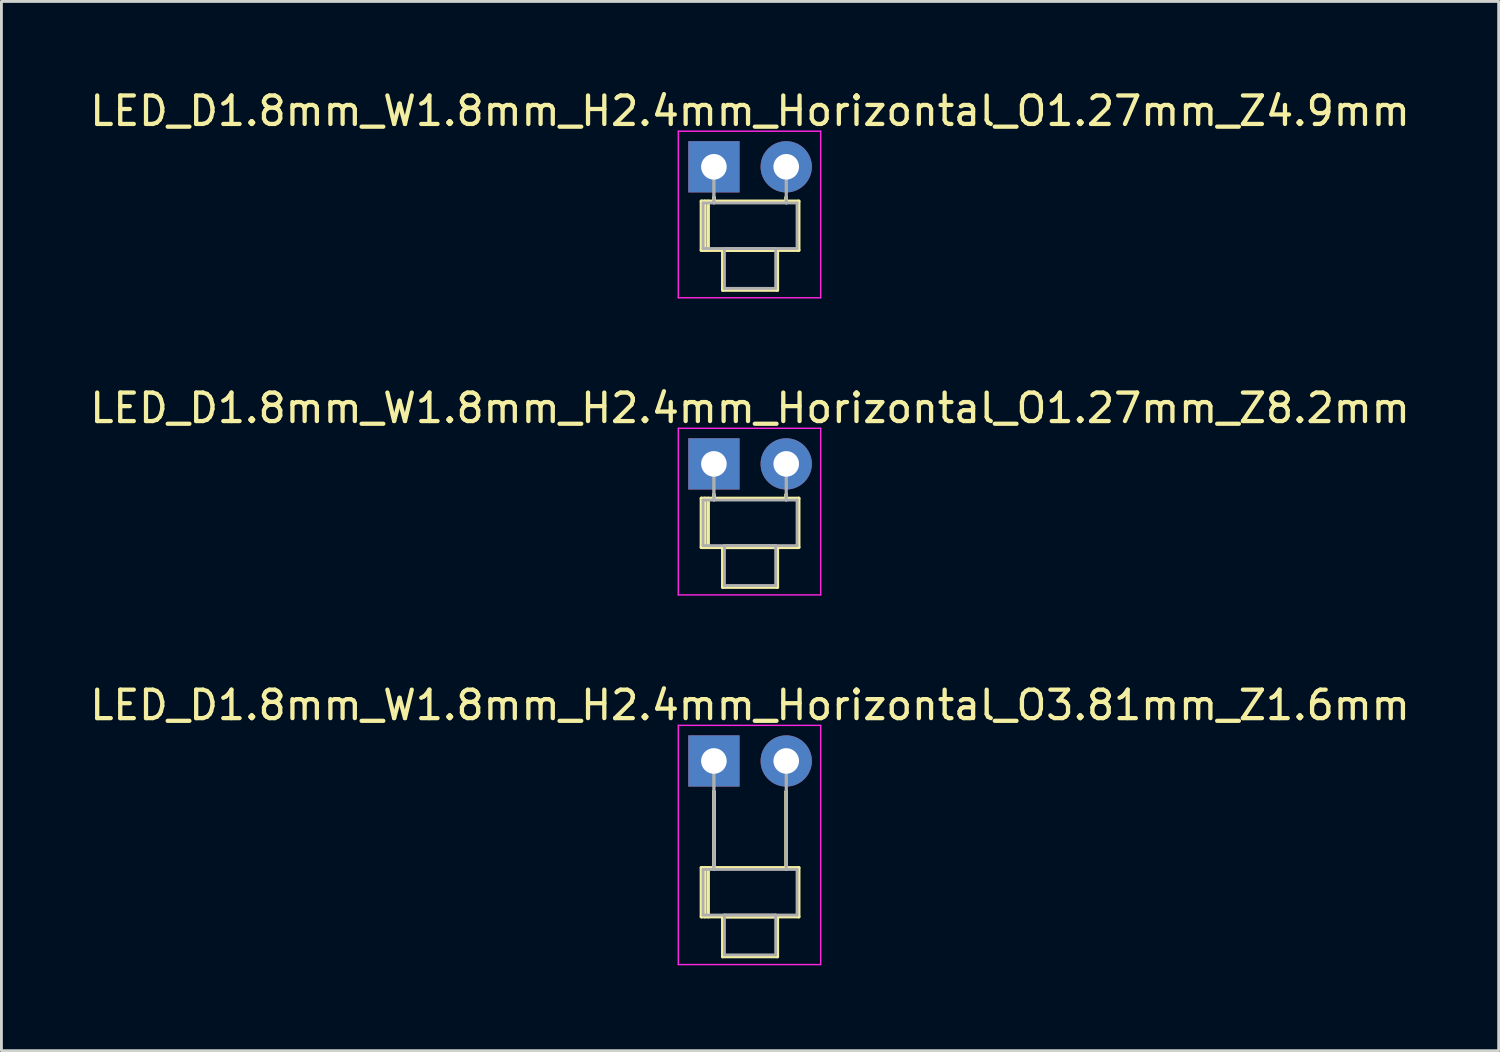
<source format=kicad_pcb>
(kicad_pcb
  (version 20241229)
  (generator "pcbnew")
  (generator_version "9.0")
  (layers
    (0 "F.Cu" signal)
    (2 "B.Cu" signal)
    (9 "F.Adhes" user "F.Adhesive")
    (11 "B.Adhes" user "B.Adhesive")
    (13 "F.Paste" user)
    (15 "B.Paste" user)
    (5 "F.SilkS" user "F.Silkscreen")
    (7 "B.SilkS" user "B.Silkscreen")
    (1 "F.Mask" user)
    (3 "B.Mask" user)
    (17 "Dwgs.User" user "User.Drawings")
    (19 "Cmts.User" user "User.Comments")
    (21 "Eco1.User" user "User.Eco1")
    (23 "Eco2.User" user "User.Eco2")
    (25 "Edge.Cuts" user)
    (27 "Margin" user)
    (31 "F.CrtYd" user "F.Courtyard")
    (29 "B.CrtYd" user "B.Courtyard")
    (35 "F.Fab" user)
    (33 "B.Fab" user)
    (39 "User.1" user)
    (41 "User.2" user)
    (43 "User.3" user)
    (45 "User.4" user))
  (footprint "LED_D1.8mm_W1.8mm_H2.4mm_Horizontal_O3.81mm_Z1.6mm"
    (layer "F.Cu")
    (at 22.022 23.675)
    (property "Reference" "LED_D1.8mm_W1.8mm_H2.4mm_Horizontal_O3.81mm_Z1.6mm" (at 1.27 -1.96 0) (layer "F.SilkS") (effects (font (size 1 1) (thickness 0.15))))
    (attr through_hole)
    (fp_line (start -0.44 3.75) (end -0.44 5.47) (stroke (width 0.12) (type solid)) (layer "F.SilkS"))
    (fp_line (start -0.44 5.47) (end 2.98 5.47) (stroke (width 0.12) (type solid)) (layer "F.SilkS"))
    (fp_line (start -0.32 3.75) (end -0.32 5.47) (stroke (width 0.12) (type solid)) (layer "F.SilkS"))
    (fp_line (start -0.2 3.75) (end -0.2 5.47) (stroke (width 0.12) (type solid)) (layer "F.SilkS"))
    (fp_line (start 0 1.08) (end 0 1.08) (stroke (width 0.12) (type solid)) (layer "F.SilkS"))
    (fp_line (start 0 1.08) (end 0 3.75) (stroke (width 0.12) (type solid)) (layer "F.SilkS"))
    (fp_line (start 0 3.75) (end 0 1.08) (stroke (width 0.12) (type solid)) (layer "F.SilkS"))
    (fp_line (start 0 3.75) (end 0 3.75) (stroke (width 0.12) (type solid)) (layer "F.SilkS"))
    (fp_line (start 0.31 5.47) (end 0.31 6.87) (stroke (width 0.12) (type solid)) (layer "F.SilkS"))
    (fp_line (start 0.31 6.87) (end 2.23 6.87) (stroke (width 0.12) (type solid)) (layer "F.SilkS"))
    (fp_line (start 2.23 5.47) (end 0.31 5.47) (stroke (width 0.12) (type solid)) (layer "F.SilkS"))
    (fp_line (start 2.23 6.87) (end 2.23 5.47) (stroke (width 0.12) (type solid)) (layer "F.SilkS"))
    (fp_line (start 2.54 1.08) (end 2.54 1.08) (stroke (width 0.12) (type solid)) (layer "F.SilkS"))
    (fp_line (start 2.54 1.08) (end 2.54 3.75) (stroke (width 0.12) (type solid)) (layer "F.SilkS"))
    (fp_line (start 2.54 3.75) (end 2.54 1.08) (stroke (width 0.12) (type solid)) (layer "F.SilkS"))
    (fp_line (start 2.54 3.75) (end 2.54 3.75) (stroke (width 0.12) (type solid)) (layer "F.SilkS"))
    (fp_line (start 2.98 3.75) (end -0.44 3.75) (stroke (width 0.12) (type solid)) (layer "F.SilkS"))
    (fp_line (start 2.98 5.47) (end 2.98 3.75) (stroke (width 0.12) (type solid)) (layer "F.SilkS"))
    (fp_line (start -1.25 -1.25) (end -1.25 7.15) (stroke (width 0.05) (type solid)) (layer "F.CrtYd"))
    (fp_line (start -1.25 7.15) (end 3.75 7.15) (stroke (width 0.05) (type solid)) (layer "F.CrtYd"))
    (fp_line (start 3.75 -1.25) (end -1.25 -1.25) (stroke (width 0.05) (type solid)) (layer "F.CrtYd"))
    (fp_line (start 3.75 7.15) (end 3.75 -1.25) (stroke (width 0.05) (type solid)) (layer "F.CrtYd"))
    (fp_line (start -0.38 3.81) (end -0.38 5.41) (stroke (width 0.1) (type solid)) (layer "F.Fab"))
    (fp_line (start -0.38 5.41) (end 2.92 5.41) (stroke (width 0.1) (type solid)) (layer "F.Fab"))
    (fp_line (start 0 0) (end 0 0) (stroke (width 0.1) (type solid)) (layer "F.Fab"))
    (fp_line (start 0 0) (end 0 3.81) (stroke (width 0.1) (type solid)) (layer "F.Fab"))
    (fp_line (start 0 3.81) (end 0 0) (stroke (width 0.1) (type solid)) (layer "F.Fab"))
    (fp_line (start 0 3.81) (end 0 3.81) (stroke (width 0.1) (type solid)) (layer "F.Fab"))
    (fp_line (start 0.37 5.41) (end 0.37 6.81) (stroke (width 0.1) (type solid)) (layer "F.Fab"))
    (fp_line (start 0.37 6.81) (end 2.17 6.81) (stroke (width 0.1) (type solid)) (layer "F.Fab"))
    (fp_line (start 2.17 5.41) (end 0.37 5.41) (stroke (width 0.1) (type solid)) (layer "F.Fab"))
    (fp_line (start 2.17 6.81) (end 2.17 5.41) (stroke (width 0.1) (type solid)) (layer "F.Fab"))
    (fp_line (start 2.54 0) (end 2.54 0) (stroke (width 0.1) (type solid)) (layer "F.Fab"))
    (fp_line (start 2.54 0) (end 2.54 3.81) (stroke (width 0.1) (type solid)) (layer "F.Fab"))
    (fp_line (start 2.54 3.81) (end 2.54 0) (stroke (width 0.1) (type solid)) (layer "F.Fab"))
    (fp_line (start 2.54 3.81) (end 2.54 3.81) (stroke (width 0.1) (type solid)) (layer "F.Fab"))
    (fp_line (start 2.92 3.81) (end -0.38 3.81) (stroke (width 0.1) (type solid)) (layer "F.Fab"))
    (fp_line (start 2.92 5.41) (end 2.92 3.81) (stroke (width 0.1) (type solid)) (layer "F.Fab"))
    (pad "1" thru_hole rect (at 0 0) (size 1.8 1.8) (drill 0.9) (layers "*.Cu" "*.Mask"))
    (pad "2" thru_hole circle (at 2.54 0) (size 1.8 1.8) (drill 0.9) (layers "*.Cu" "*.Mask")))
  (footprint "LED_D1.8mm_W1.8mm_H2.4mm_Horizontal_O1.27mm_Z8.2mm"
    (layer "F.Cu")
    (at 22.022 13.242)
    (property "Reference" "LED_D1.8mm_W1.8mm_H2.4mm_Horizontal_O1.27mm_Z8.2mm" (at 1.27 -1.96 0) (layer "F.SilkS") (effects (font (size 1 1) (thickness 0.15))))
    (attr through_hole)
    (fp_line (start -0.44 1.21) (end -0.44 2.93) (stroke (width 0.12) (type solid)) (layer "F.SilkS"))
    (fp_line (start -0.44 2.93) (end 2.98 2.93) (stroke (width 0.12) (type solid)) (layer "F.SilkS"))
    (fp_line (start -0.32 1.21) (end -0.32 2.93) (stroke (width 0.12) (type solid)) (layer "F.SilkS"))
    (fp_line (start -0.2 1.21) (end -0.2 2.93) (stroke (width 0.12) (type solid)) (layer "F.SilkS"))
    (fp_line (start 0 1.08) (end 0 1.08) (stroke (width 0.12) (type solid)) (layer "F.SilkS"))
    (fp_line (start 0 1.08) (end 0 1.21) (stroke (width 0.12) (type solid)) (layer "F.SilkS"))
    (fp_line (start 0 1.21) (end 0 1.08) (stroke (width 0.12) (type solid)) (layer "F.SilkS"))
    (fp_line (start 0 1.21) (end 0 1.21) (stroke (width 0.12) (type solid)) (layer "F.SilkS"))
    (fp_line (start 0.31 2.93) (end 0.31 4.33) (stroke (width 0.12) (type solid)) (layer "F.SilkS"))
    (fp_line (start 0.31 4.33) (end 2.23 4.33) (stroke (width 0.12) (type solid)) (layer "F.SilkS"))
    (fp_line (start 2.23 2.93) (end 0.31 2.93) (stroke (width 0.12) (type solid)) (layer "F.SilkS"))
    (fp_line (start 2.23 4.33) (end 2.23 2.93) (stroke (width 0.12) (type solid)) (layer "F.SilkS"))
    (fp_line (start 2.54 1.08) (end 2.54 1.08) (stroke (width 0.12) (type solid)) (layer "F.SilkS"))
    (fp_line (start 2.54 1.08) (end 2.54 1.21) (stroke (width 0.12) (type solid)) (layer "F.SilkS"))
    (fp_line (start 2.54 1.21) (end 2.54 1.08) (stroke (width 0.12) (type solid)) (layer "F.SilkS"))
    (fp_line (start 2.54 1.21) (end 2.54 1.21) (stroke (width 0.12) (type solid)) (layer "F.SilkS"))
    (fp_line (start 2.98 1.21) (end -0.44 1.21) (stroke (width 0.12) (type solid)) (layer "F.SilkS"))
    (fp_line (start 2.98 2.93) (end 2.98 1.21) (stroke (width 0.12) (type solid)) (layer "F.SilkS"))
    (fp_line (start -1.25 -1.25) (end -1.25 4.6) (stroke (width 0.05) (type solid)) (layer "F.CrtYd"))
    (fp_line (start -1.25 4.6) (end 3.75 4.6) (stroke (width 0.05) (type solid)) (layer "F.CrtYd"))
    (fp_line (start 3.75 -1.25) (end -1.25 -1.25) (stroke (width 0.05) (type solid)) (layer "F.CrtYd"))
    (fp_line (start 3.75 4.6) (end 3.75 -1.25) (stroke (width 0.05) (type solid)) (layer "F.CrtYd"))
    (fp_line (start -0.38 1.27) (end -0.38 2.87) (stroke (width 0.1) (type solid)) (layer "F.Fab"))
    (fp_line (start -0.38 2.87) (end 2.92 2.87) (stroke (width 0.1) (type solid)) (layer "F.Fab"))
    (fp_line (start 0 0) (end 0 0) (stroke (width 0.1) (type solid)) (layer "F.Fab"))
    (fp_line (start 0 0) (end 0 1.27) (stroke (width 0.1) (type solid)) (layer "F.Fab"))
    (fp_line (start 0 1.27) (end 0 0) (stroke (width 0.1) (type solid)) (layer "F.Fab"))
    (fp_line (start 0 1.27) (end 0 1.27) (stroke (width 0.1) (type solid)) (layer "F.Fab"))
    (fp_line (start 0.37 2.87) (end 0.37 4.27) (stroke (width 0.1) (type solid)) (layer "F.Fab"))
    (fp_line (start 0.37 4.27) (end 2.17 4.27) (stroke (width 0.1) (type solid)) (layer "F.Fab"))
    (fp_line (start 2.17 2.87) (end 0.37 2.87) (stroke (width 0.1) (type solid)) (layer "F.Fab"))
    (fp_line (start 2.17 4.27) (end 2.17 2.87) (stroke (width 0.1) (type solid)) (layer "F.Fab"))
    (fp_line (start 2.54 0) (end 2.54 0) (stroke (width 0.1) (type solid)) (layer "F.Fab"))
    (fp_line (start 2.54 0) (end 2.54 1.27) (stroke (width 0.1) (type solid)) (layer "F.Fab"))
    (fp_line (start 2.54 1.27) (end 2.54 0) (stroke (width 0.1) (type solid)) (layer "F.Fab"))
    (fp_line (start 2.54 1.27) (end 2.54 1.27) (stroke (width 0.1) (type solid)) (layer "F.Fab"))
    (fp_line (start 2.92 1.27) (end -0.38 1.27) (stroke (width 0.1) (type solid)) (layer "F.Fab"))
    (fp_line (start 2.92 2.87) (end 2.92 1.27) (stroke (width 0.1) (type solid)) (layer "F.Fab"))
    (pad "1" thru_hole rect (at 0 0) (size 1.8 1.8) (drill 0.9) (layers "*.Cu" "*.Mask"))
    (pad "2" thru_hole circle (at 2.54 0) (size 1.8 1.8) (drill 0.9) (layers "*.Cu" "*.Mask")))
  (footprint "LED_D1.8mm_W1.8mm_H2.4mm_Horizontal_O1.27mm_Z4.9mm"
    (layer "F.Cu")
    (at 22.022 2.808)
    (property "Reference" "LED_D1.8mm_W1.8mm_H2.4mm_Horizontal_O1.27mm_Z4.9mm" (at 1.27 -1.96 0) (layer "F.SilkS") (effects (font (size 1 1) (thickness 0.15))))
    (attr through_hole)
    (fp_line (start -0.44 1.21) (end -0.44 2.93) (stroke (width 0.12) (type solid)) (layer "F.SilkS"))
    (fp_line (start -0.44 2.93) (end 2.98 2.93) (stroke (width 0.12) (type solid)) (layer "F.SilkS"))
    (fp_line (start -0.32 1.21) (end -0.32 2.93) (stroke (width 0.12) (type solid)) (layer "F.SilkS"))
    (fp_line (start -0.2 1.21) (end -0.2 2.93) (stroke (width 0.12) (type solid)) (layer "F.SilkS"))
    (fp_line (start 0 1.08) (end 0 1.08) (stroke (width 0.12) (type solid)) (layer "F.SilkS"))
    (fp_line (start 0 1.08) (end 0 1.21) (stroke (width 0.12) (type solid)) (layer "F.SilkS"))
    (fp_line (start 0 1.21) (end 0 1.08) (stroke (width 0.12) (type solid)) (layer "F.SilkS"))
    (fp_line (start 0 1.21) (end 0 1.21) (stroke (width 0.12) (type solid)) (layer "F.SilkS"))
    (fp_line (start 0.31 2.93) (end 0.31 4.33) (stroke (width 0.12) (type solid)) (layer "F.SilkS"))
    (fp_line (start 0.31 4.33) (end 2.23 4.33) (stroke (width 0.12) (type solid)) (layer "F.SilkS"))
    (fp_line (start 2.23 2.93) (end 0.31 2.93) (stroke (width 0.12) (type solid)) (layer "F.SilkS"))
    (fp_line (start 2.23 4.33) (end 2.23 2.93) (stroke (width 0.12) (type solid)) (layer "F.SilkS"))
    (fp_line (start 2.54 1.08) (end 2.54 1.08) (stroke (width 0.12) (type solid)) (layer "F.SilkS"))
    (fp_line (start 2.54 1.08) (end 2.54 1.21) (stroke (width 0.12) (type solid)) (layer "F.SilkS"))
    (fp_line (start 2.54 1.21) (end 2.54 1.08) (stroke (width 0.12) (type solid)) (layer "F.SilkS"))
    (fp_line (start 2.54 1.21) (end 2.54 1.21) (stroke (width 0.12) (type solid)) (layer "F.SilkS"))
    (fp_line (start 2.98 1.21) (end -0.44 1.21) (stroke (width 0.12) (type solid)) (layer "F.SilkS"))
    (fp_line (start 2.98 2.93) (end 2.98 1.21) (stroke (width 0.12) (type solid)) (layer "F.SilkS"))
    (fp_line (start -1.25 -1.25) (end -1.25 4.6) (stroke (width 0.05) (type solid)) (layer "F.CrtYd"))
    (fp_line (start -1.25 4.6) (end 3.75 4.6) (stroke (width 0.05) (type solid)) (layer "F.CrtYd"))
    (fp_line (start 3.75 -1.25) (end -1.25 -1.25) (stroke (width 0.05) (type solid)) (layer "F.CrtYd"))
    (fp_line (start 3.75 4.6) (end 3.75 -1.25) (stroke (width 0.05) (type solid)) (layer "F.CrtYd"))
    (fp_line (start -0.38 1.27) (end -0.38 2.87) (stroke (width 0.1) (type solid)) (layer "F.Fab"))
    (fp_line (start -0.38 2.87) (end 2.92 2.87) (stroke (width 0.1) (type solid)) (layer "F.Fab"))
    (fp_line (start 0 0) (end 0 0) (stroke (width 0.1) (type solid)) (layer "F.Fab"))
    (fp_line (start 0 0) (end 0 1.27) (stroke (width 0.1) (type solid)) (layer "F.Fab"))
    (fp_line (start 0 1.27) (end 0 0) (stroke (width 0.1) (type solid)) (layer "F.Fab"))
    (fp_line (start 0 1.27) (end 0 1.27) (stroke (width 0.1) (type solid)) (layer "F.Fab"))
    (fp_line (start 0.37 2.87) (end 0.37 4.27) (stroke (width 0.1) (type solid)) (layer "F.Fab"))
    (fp_line (start 0.37 4.27) (end 2.17 4.27) (stroke (width 0.1) (type solid)) (layer "F.Fab"))
    (fp_line (start 2.17 2.87) (end 0.37 2.87) (stroke (width 0.1) (type solid)) (layer "F.Fab"))
    (fp_line (start 2.17 4.27) (end 2.17 2.87) (stroke (width 0.1) (type solid)) (layer "F.Fab"))
    (fp_line (start 2.54 0) (end 2.54 0) (stroke (width 0.1) (type solid)) (layer "F.Fab"))
    (fp_line (start 2.54 0) (end 2.54 1.27) (stroke (width 0.1) (type solid)) (layer "F.Fab"))
    (fp_line (start 2.54 1.27) (end 2.54 0) (stroke (width 0.1) (type solid)) (layer "F.Fab"))
    (fp_line (start 2.54 1.27) (end 2.54 1.27) (stroke (width 0.1) (type solid)) (layer "F.Fab"))
    (fp_line (start 2.92 1.27) (end -0.38 1.27) (stroke (width 0.1) (type solid)) (layer "F.Fab"))
    (fp_line (start 2.92 2.87) (end 2.92 1.27) (stroke (width 0.1) (type solid)) (layer "F.Fab"))
    (pad "1" thru_hole rect (at 0 0) (size 1.8 1.8) (drill 0.9) (layers "*.Cu" "*.Mask"))
    (pad "2" thru_hole circle (at 2.54 0) (size 1.8 1.8) (drill 0.9) (layers "*.Cu" "*.Mask")))
  (gr_rect
    (start -3 -3)
    (end 49.583 33.85)
    (stroke (width 0.1) (type default))
    (fill no)
    (layer "Edge.Cuts")))
</source>
